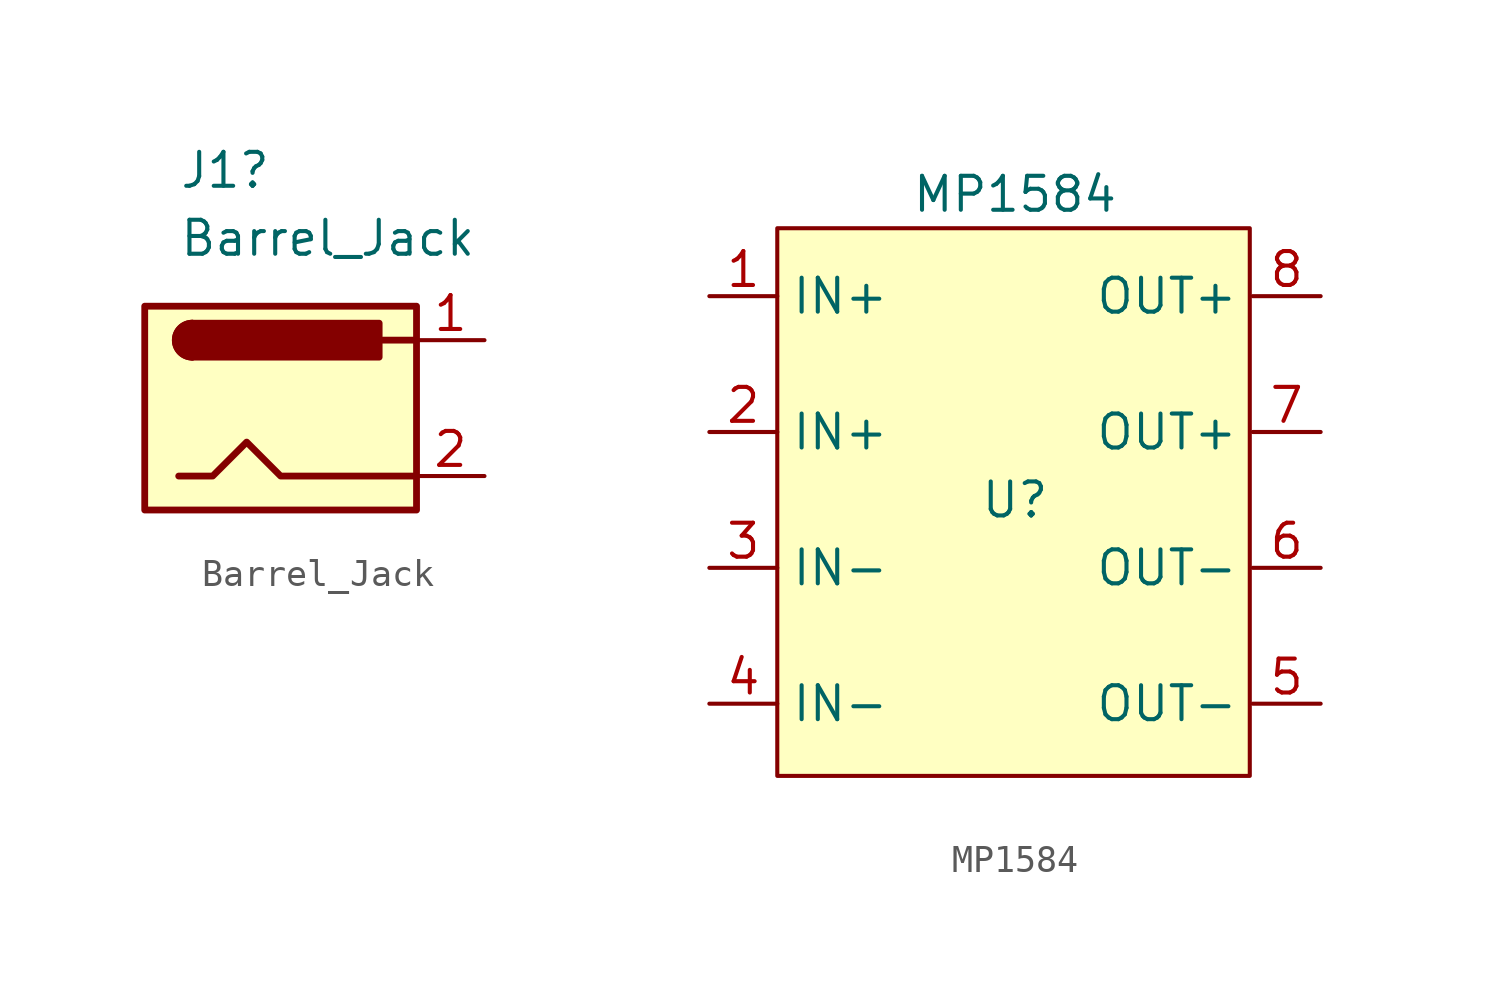
<source format=kicad_sym>
(kicad_symbol_lib
  (version 20241209)
  (generator "kicad_symbol_editor")
  (generator_version "9.0")
  (symbol "Barrel_Jack"
    (pin_names
      (offset 1.016))
    (property "Reference" "J1"
      (at -3.81 8.89 0)
      (effects (font (size 1.27 1.27)) (justify left)))
    (property "Value" "Barrel_Jack"
      (at -3.81 6.35 0)
      (effects (font (size 1.27 1.27)) (justify left)))
    (property "TITLE: A Title" ""
      (at 0 0 0)
      (effects (font (size 1.27 1.27))))
    (symbol "Barrel_Jack_0_1"
      (rectangle (start -5.08 3.81) (end 5.08 -3.81) (stroke (width 0.254) (type default)) (fill (type background)))
      (polyline (pts (xy -3.81 -2.54) (xy -2.54 -2.54) (xy -1.27 -1.27) (xy 0 -2.54) (xy 2.54 -2.54) (xy 5.08 -2.54)) (stroke (width 0.254) (type default)) (fill (type none)))
      (arc (start -3.302 1.905) (mid -3.9343 2.54) (end -3.302 3.175) (stroke (width 0.254) (type default)) (fill (type none)))
      (arc (start -3.302 1.905) (mid -3.9343 2.54) (end -3.302 3.175) (stroke (width 0.254) (type default)) (fill (type outline)))
      (rectangle (start 3.683 3.175) (end -3.302 1.905) (stroke (width 0.254) (type default)) (fill (type outline)))
      (polyline (pts (xy 5.08 2.54) (xy 3.81 2.54)) (stroke (width 0.254) (type default)) (fill (type none))))
    (symbol "Barrel_Jack_1_1"
      (pin power_out line (at 7.62 2.54 180) (length 2.54) (name "~" (effects (font (size 1.27 1.27)))) (number "1" (effects (font (size 1.27 1.27)))))
      (pin passive line (at 7.62 -2.54 180) (length 2.54) (name "~" (effects (font (size 1.27 1.27)))) (number "2" (effects (font (size 1.27 1.27)))))))
  (symbol "MP1584"
    (property "Reference" "U"
      (at 0 0 0)
      (effects (font (size 1.27 1.27))))
    (property "Value" "MP1584"
      (at 0 11.43 0)
      (effects (font (size 1.27 1.27))))
    (symbol "MP1584_1_1"
      (rectangle (start -8.89 10.16) (end 8.78 -10.32) (stroke (width 0) (type solid)) (fill (type background)))
      (pin power_in line (at -11.43 7.62 0) (length 2.54) (name "IN+" (effects (font (size 1.27 1.27)))) (number "1" (effects (font (size 1.27 1.27)))))
      (pin power_in line (at -11.43 2.54 0) (length 2.54) (name "IN+" (effects (font (size 1.27 1.27)))) (number "2" (effects (font (size 1.27 1.27)))))
      (pin power_in line (at -11.43 -2.54 0) (length 2.54) (name "IN-" (effects (font (size 1.27 1.27)))) (number "3" (effects (font (size 1.27 1.27)))))
      (pin power_in line (at -11.43 -7.62 0) (length 2.54) (name "IN-" (effects (font (size 1.27 1.27)))) (number "4" (effects (font (size 1.27 1.27)))))
      (pin power_out line (at 11.43 7.62 180) (length 2.54) (name "OUT+" (effects (font (size 1.27 1.27)))) (number "8" (effects (font (size 1.27 1.27)))))
      (pin power_out line (at 11.43 2.54 180) (length 2.54) (name "OUT+" (effects (font (size 1.27 1.27)))) (number "7" (effects (font (size 1.27 1.27)))))
      (pin power_out line (at 11.43 -2.54 180) (length 2.54) (name "OUT-" (effects (font (size 1.27 1.27)))) (number "6" (effects (font (size 1.27 1.27)))))
      (pin power_out line (at 11.43 -7.62 180) (length 2.54) (name "OUT-" (effects (font (size 1.27 1.27)))) (number "5" (effects (font (size 1.27 1.27))))))))
</source>
